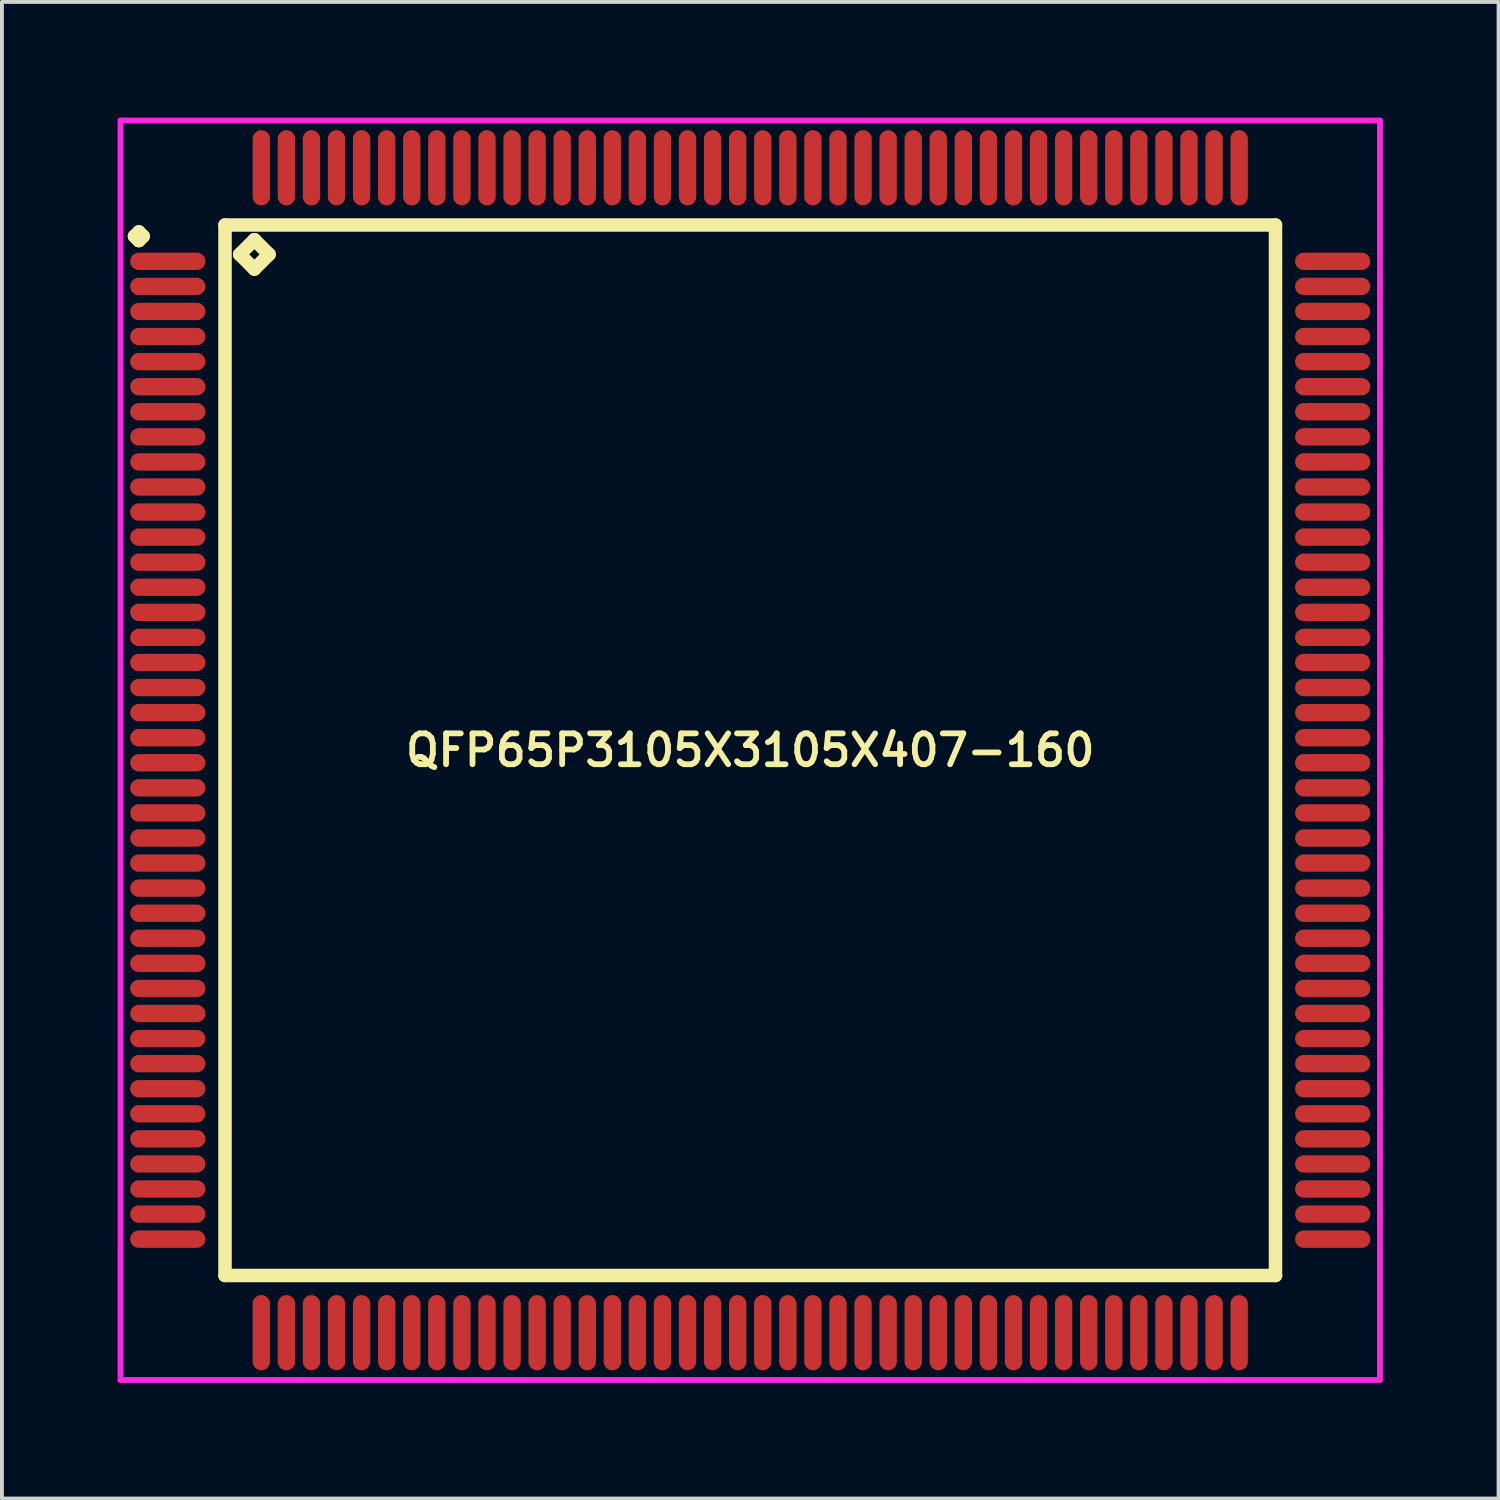
<source format=kicad_pcb>
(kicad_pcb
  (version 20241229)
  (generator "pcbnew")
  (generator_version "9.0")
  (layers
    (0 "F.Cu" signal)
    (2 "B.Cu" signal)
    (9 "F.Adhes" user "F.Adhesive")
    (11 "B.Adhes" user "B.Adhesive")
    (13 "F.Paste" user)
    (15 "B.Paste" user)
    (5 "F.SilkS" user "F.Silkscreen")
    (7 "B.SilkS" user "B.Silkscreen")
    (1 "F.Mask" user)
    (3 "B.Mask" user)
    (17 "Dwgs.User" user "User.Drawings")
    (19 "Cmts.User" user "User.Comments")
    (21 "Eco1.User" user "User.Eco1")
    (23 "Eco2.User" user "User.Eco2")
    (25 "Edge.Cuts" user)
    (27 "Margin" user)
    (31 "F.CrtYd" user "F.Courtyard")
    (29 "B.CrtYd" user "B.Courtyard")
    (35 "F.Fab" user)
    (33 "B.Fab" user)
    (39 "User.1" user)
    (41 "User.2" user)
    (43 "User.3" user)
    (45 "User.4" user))
  (footprint "QFP65P3105X3105X407-160"
    (layer "F.Cu")
    (at 16.4 16.4)
    (property "Reference" "QFP65P3105X3105X407-160" (at 0 0 0) (layer "F.SilkS") (effects (font (size 0.8 0.8) (thickness 0.15))))
    (attr smd)
    (fp_line (start -15.963 -13.325) (end -15.85 -13.438) (stroke (width 0.35) (type solid)) (layer "F.SilkS"))
    (fp_line (start -15.85 -13.438) (end -15.738 -13.325) (stroke (width 0.35) (type solid)) (layer "F.SilkS"))
    (fp_line (start -15.85 -13.213) (end -15.963 -13.325) (stroke (width 0.35) (type solid)) (layer "F.SilkS"))
    (fp_line (start -15.738 -13.325) (end -15.85 -13.213) (stroke (width 0.35) (type solid)) (layer "F.SilkS"))
    (fp_line (start -13.617 -13.617) (end -13.617 13.617) (stroke (width 0.35) (type solid)) (layer "F.SilkS"))
    (fp_line (start -13.617 13.617) (end 13.617 13.617) (stroke (width 0.35) (type solid)) (layer "F.SilkS"))
    (fp_line (start -13.236 -12.855) (end -12.855 -13.236) (stroke (width 0.35) (type solid)) (layer "F.SilkS"))
    (fp_line (start -12.855 -13.236) (end -12.474 -12.855) (stroke (width 0.35) (type solid)) (layer "F.SilkS"))
    (fp_line (start -12.855 -12.474) (end -13.236 -12.855) (stroke (width 0.35) (type solid)) (layer "F.SilkS"))
    (fp_line (start -12.474 -12.855) (end -12.855 -12.474) (stroke (width 0.35) (type solid)) (layer "F.SilkS"))
    (fp_line (start 13.617 -13.617) (end -13.617 -13.617) (stroke (width 0.35) (type solid)) (layer "F.SilkS"))
    (fp_line (start 13.617 13.617) (end 13.617 -13.617) (stroke (width 0.35) (type solid)) (layer "F.SilkS"))
    (fp_line (start -16.325 -16.325) (end 16.325 -16.325) (stroke (width 0.15) (type solid)) (layer "F.CrtYd"))
    (fp_line (start -16.325 16.325) (end -16.325 -16.325) (stroke (width 0.15) (type solid)) (layer "F.CrtYd"))
    (fp_line (start 16.325 -16.325) (end 16.325 16.325) (stroke (width 0.15) (type solid)) (layer "F.CrtYd"))
    (fp_line (start 16.325 16.325) (end -16.325 16.325) (stroke (width 0.15) (type solid)) (layer "F.CrtYd"))
    (pad "1" smd oval (at -15.1 -12.675) (size 1.95 0.45) (layers "F.Cu" "F.Mask" "F.Paste"))
    (pad "2" smd oval (at -15.1 -12.025) (size 1.95 0.45) (layers "F.Cu" "F.Mask" "F.Paste"))
    (pad "3" smd oval (at -15.1 -11.375) (size 1.95 0.45) (layers "F.Cu" "F.Mask" "F.Paste"))
    (pad "4" smd oval (at -15.1 -10.725) (size 1.95 0.45) (layers "F.Cu" "F.Mask" "F.Paste"))
    (pad "5" smd oval (at -15.1 -10.075) (size 1.95 0.45) (layers "F.Cu" "F.Mask" "F.Paste"))
    (pad "6" smd oval (at -15.1 -9.425) (size 1.95 0.45) (layers "F.Cu" "F.Mask" "F.Paste"))
    (pad "7" smd oval (at -15.1 -8.775) (size 1.95 0.45) (layers "F.Cu" "F.Mask" "F.Paste"))
    (pad "8" smd oval (at -15.1 -8.125) (size 1.95 0.45) (layers "F.Cu" "F.Mask" "F.Paste"))
    (pad "9" smd oval (at -15.1 -7.475) (size 1.95 0.45) (layers "F.Cu" "F.Mask" "F.Paste"))
    (pad "10" smd oval (at -15.1 -6.825) (size 1.95 0.45) (layers "F.Cu" "F.Mask" "F.Paste"))
    (pad "11" smd oval (at -15.1 -6.175) (size 1.95 0.45) (layers "F.Cu" "F.Mask" "F.Paste"))
    (pad "12" smd oval (at -15.1 -5.525) (size 1.95 0.45) (layers "F.Cu" "F.Mask" "F.Paste"))
    (pad "13" smd oval (at -15.1 -4.875) (size 1.95 0.45) (layers "F.Cu" "F.Mask" "F.Paste"))
    (pad "14" smd oval (at -15.1 -4.225) (size 1.95 0.45) (layers "F.Cu" "F.Mask" "F.Paste"))
    (pad "15" smd oval (at -15.1 -3.575) (size 1.95 0.45) (layers "F.Cu" "F.Mask" "F.Paste"))
    (pad "16" smd oval (at -15.1 -2.925) (size 1.95 0.45) (layers "F.Cu" "F.Mask" "F.Paste"))
    (pad "17" smd oval (at -15.1 -2.275) (size 1.95 0.45) (layers "F.Cu" "F.Mask" "F.Paste"))
    (pad "18" smd oval (at -15.1 -1.625) (size 1.95 0.45) (layers "F.Cu" "F.Mask" "F.Paste"))
    (pad "19" smd oval (at -15.1 -0.975) (size 1.95 0.45) (layers "F.Cu" "F.Mask" "F.Paste"))
    (pad "20" smd oval (at -15.1 -0.325) (size 1.95 0.45) (layers "F.Cu" "F.Mask" "F.Paste"))
    (pad "21" smd oval (at -15.1 0.325) (size 1.95 0.45) (layers "F.Cu" "F.Mask" "F.Paste"))
    (pad "22" smd oval (at -15.1 0.975) (size 1.95 0.45) (layers "F.Cu" "F.Mask" "F.Paste"))
    (pad "23" smd oval (at -15.1 1.625) (size 1.95 0.45) (layers "F.Cu" "F.Mask" "F.Paste"))
    (pad "24" smd oval (at -15.1 2.275) (size 1.95 0.45) (layers "F.Cu" "F.Mask" "F.Paste"))
    (pad "25" smd oval (at -15.1 2.925) (size 1.95 0.45) (layers "F.Cu" "F.Mask" "F.Paste"))
    (pad "26" smd oval (at -15.1 3.575) (size 1.95 0.45) (layers "F.Cu" "F.Mask" "F.Paste"))
    (pad "27" smd oval (at -15.1 4.225) (size 1.95 0.45) (layers "F.Cu" "F.Mask" "F.Paste"))
    (pad "28" smd oval (at -15.1 4.875) (size 1.95 0.45) (layers "F.Cu" "F.Mask" "F.Paste"))
    (pad "29" smd oval (at -15.1 5.525) (size 1.95 0.45) (layers "F.Cu" "F.Mask" "F.Paste"))
    (pad "30" smd oval (at -15.1 6.175) (size 1.95 0.45) (layers "F.Cu" "F.Mask" "F.Paste"))
    (pad "31" smd oval (at -15.1 6.825) (size 1.95 0.45) (layers "F.Cu" "F.Mask" "F.Paste"))
    (pad "32" smd oval (at -15.1 7.475) (size 1.95 0.45) (layers "F.Cu" "F.Mask" "F.Paste"))
    (pad "33" smd oval (at -15.1 8.125) (size 1.95 0.45) (layers "F.Cu" "F.Mask" "F.Paste"))
    (pad "34" smd oval (at -15.1 8.775) (size 1.95 0.45) (layers "F.Cu" "F.Mask" "F.Paste"))
    (pad "35" smd oval (at -15.1 9.425) (size 1.95 0.45) (layers "F.Cu" "F.Mask" "F.Paste"))
    (pad "36" smd oval (at -15.1 10.075) (size 1.95 0.45) (layers "F.Cu" "F.Mask" "F.Paste"))
    (pad "37" smd oval (at -15.1 10.725) (size 1.95 0.45) (layers "F.Cu" "F.Mask" "F.Paste"))
    (pad "38" smd oval (at -15.1 11.375) (size 1.95 0.45) (layers "F.Cu" "F.Mask" "F.Paste"))
    (pad "39" smd oval (at -15.1 12.025) (size 1.95 0.45) (layers "F.Cu" "F.Mask" "F.Paste"))
    (pad "40" smd oval (at -15.1 12.675) (size 1.95 0.45) (layers "F.Cu" "F.Mask" "F.Paste"))
    (pad "41" smd oval (at -12.675 15.1) (size 0.45 1.95) (layers "F.Cu" "F.Mask" "F.Paste"))
    (pad "42" smd oval (at -12.025 15.1) (size 0.45 1.95) (layers "F.Cu" "F.Mask" "F.Paste"))
    (pad "43" smd oval (at -11.375 15.1) (size 0.45 1.95) (layers "F.Cu" "F.Mask" "F.Paste"))
    (pad "44" smd oval (at -10.725 15.1) (size 0.45 1.95) (layers "F.Cu" "F.Mask" "F.Paste"))
    (pad "45" smd oval (at -10.075 15.1) (size 0.45 1.95) (layers "F.Cu" "F.Mask" "F.Paste"))
    (pad "46" smd oval (at -9.425 15.1) (size 0.45 1.95) (layers "F.Cu" "F.Mask" "F.Paste"))
    (pad "47" smd oval (at -8.775 15.1) (size 0.45 1.95) (layers "F.Cu" "F.Mask" "F.Paste"))
    (pad "48" smd oval (at -8.125 15.1) (size 0.45 1.95) (layers "F.Cu" "F.Mask" "F.Paste"))
    (pad "49" smd oval (at -7.475 15.1) (size 0.45 1.95) (layers "F.Cu" "F.Mask" "F.Paste"))
    (pad "50" smd oval (at -6.825 15.1) (size 0.45 1.95) (layers "F.Cu" "F.Mask" "F.Paste"))
    (pad "51" smd oval (at -6.175 15.1) (size 0.45 1.95) (layers "F.Cu" "F.Mask" "F.Paste"))
    (pad "52" smd oval (at -5.525 15.1) (size 0.45 1.95) (layers "F.Cu" "F.Mask" "F.Paste"))
    (pad "53" smd oval (at -4.875 15.1) (size 0.45 1.95) (layers "F.Cu" "F.Mask" "F.Paste"))
    (pad "54" smd oval (at -4.225 15.1) (size 0.45 1.95) (layers "F.Cu" "F.Mask" "F.Paste"))
    (pad "55" smd oval (at -3.575 15.1) (size 0.45 1.95) (layers "F.Cu" "F.Mask" "F.Paste"))
    (pad "56" smd oval (at -2.925 15.1) (size 0.45 1.95) (layers "F.Cu" "F.Mask" "F.Paste"))
    (pad "57" smd oval (at -2.275 15.1) (size 0.45 1.95) (layers "F.Cu" "F.Mask" "F.Paste"))
    (pad "58" smd oval (at -1.625 15.1) (size 0.45 1.95) (layers "F.Cu" "F.Mask" "F.Paste"))
    (pad "59" smd oval (at -0.975 15.1) (size 0.45 1.95) (layers "F.Cu" "F.Mask" "F.Paste"))
    (pad "60" smd oval (at -0.325 15.1) (size 0.45 1.95) (layers "F.Cu" "F.Mask" "F.Paste"))
    (pad "61" smd oval (at 0.325 15.1) (size 0.45 1.95) (layers "F.Cu" "F.Mask" "F.Paste"))
    (pad "62" smd oval (at 0.975 15.1) (size 0.45 1.95) (layers "F.Cu" "F.Mask" "F.Paste"))
    (pad "63" smd oval (at 1.625 15.1) (size 0.45 1.95) (layers "F.Cu" "F.Mask" "F.Paste"))
    (pad "64" smd oval (at 2.275 15.1) (size 0.45 1.95) (layers "F.Cu" "F.Mask" "F.Paste"))
    (pad "65" smd oval (at 2.925 15.1) (size 0.45 1.95) (layers "F.Cu" "F.Mask" "F.Paste"))
    (pad "66" smd oval (at 3.575 15.1) (size 0.45 1.95) (layers "F.Cu" "F.Mask" "F.Paste"))
    (pad "67" smd oval (at 4.225 15.1) (size 0.45 1.95) (layers "F.Cu" "F.Mask" "F.Paste"))
    (pad "68" smd oval (at 4.875 15.1) (size 0.45 1.95) (layers "F.Cu" "F.Mask" "F.Paste"))
    (pad "69" smd oval (at 5.525 15.1) (size 0.45 1.95) (layers "F.Cu" "F.Mask" "F.Paste"))
    (pad "70" smd oval (at 6.175 15.1) (size 0.45 1.95) (layers "F.Cu" "F.Mask" "F.Paste"))
    (pad "71" smd oval (at 6.825 15.1) (size 0.45 1.95) (layers "F.Cu" "F.Mask" "F.Paste"))
    (pad "72" smd oval (at 7.475 15.1) (size 0.45 1.95) (layers "F.Cu" "F.Mask" "F.Paste"))
    (pad "73" smd oval (at 8.125 15.1) (size 0.45 1.95) (layers "F.Cu" "F.Mask" "F.Paste"))
    (pad "74" smd oval (at 8.775 15.1) (size 0.45 1.95) (layers "F.Cu" "F.Mask" "F.Paste"))
    (pad "75" smd oval (at 9.425 15.1) (size 0.45 1.95) (layers "F.Cu" "F.Mask" "F.Paste"))
    (pad "76" smd oval (at 10.075 15.1) (size 0.45 1.95) (layers "F.Cu" "F.Mask" "F.Paste"))
    (pad "77" smd oval (at 10.725 15.1) (size 0.45 1.95) (layers "F.Cu" "F.Mask" "F.Paste"))
    (pad "78" smd oval (at 11.375 15.1) (size 0.45 1.95) (layers "F.Cu" "F.Mask" "F.Paste"))
    (pad "79" smd oval (at 12.025 15.1) (size 0.45 1.95) (layers "F.Cu" "F.Mask" "F.Paste"))
    (pad "80" smd oval (at 12.675 15.1) (size 0.45 1.95) (layers "F.Cu" "F.Mask" "F.Paste"))
    (pad "81" smd oval (at 15.1 12.675) (size 1.95 0.45) (layers "F.Cu" "F.Mask" "F.Paste"))
    (pad "82" smd oval (at 15.1 12.025) (size 1.95 0.45) (layers "F.Cu" "F.Mask" "F.Paste"))
    (pad "83" smd oval (at 15.1 11.375) (size 1.95 0.45) (layers "F.Cu" "F.Mask" "F.Paste"))
    (pad "84" smd oval (at 15.1 10.725) (size 1.95 0.45) (layers "F.Cu" "F.Mask" "F.Paste"))
    (pad "85" smd oval (at 15.1 10.075) (size 1.95 0.45) (layers "F.Cu" "F.Mask" "F.Paste"))
    (pad "86" smd oval (at 15.1 9.425) (size 1.95 0.45) (layers "F.Cu" "F.Mask" "F.Paste"))
    (pad "87" smd oval (at 15.1 8.775) (size 1.95 0.45) (layers "F.Cu" "F.Mask" "F.Paste"))
    (pad "88" smd oval (at 15.1 8.125) (size 1.95 0.45) (layers "F.Cu" "F.Mask" "F.Paste"))
    (pad "89" smd oval (at 15.1 7.475) (size 1.95 0.45) (layers "F.Cu" "F.Mask" "F.Paste"))
    (pad "90" smd oval (at 15.1 6.825) (size 1.95 0.45) (layers "F.Cu" "F.Mask" "F.Paste"))
    (pad "91" smd oval (at 15.1 6.175) (size 1.95 0.45) (layers "F.Cu" "F.Mask" "F.Paste"))
    (pad "92" smd oval (at 15.1 5.525) (size 1.95 0.45) (layers "F.Cu" "F.Mask" "F.Paste"))
    (pad "93" smd oval (at 15.1 4.875) (size 1.95 0.45) (layers "F.Cu" "F.Mask" "F.Paste"))
    (pad "94" smd oval (at 15.1 4.225) (size 1.95 0.45) (layers "F.Cu" "F.Mask" "F.Paste"))
    (pad "95" smd oval (at 15.1 3.575) (size 1.95 0.45) (layers "F.Cu" "F.Mask" "F.Paste"))
    (pad "96" smd oval (at 15.1 2.925) (size 1.95 0.45) (layers "F.Cu" "F.Mask" "F.Paste"))
    (pad "97" smd oval (at 15.1 2.275) (size 1.95 0.45) (layers "F.Cu" "F.Mask" "F.Paste"))
    (pad "98" smd oval (at 15.1 1.625) (size 1.95 0.45) (layers "F.Cu" "F.Mask" "F.Paste"))
    (pad "99" smd oval (at 15.1 0.975) (size 1.95 0.45) (layers "F.Cu" "F.Mask" "F.Paste"))
    (pad "100" smd oval (at 15.1 0.325) (size 1.95 0.45) (layers "F.Cu" "F.Mask" "F.Paste"))
    (pad "101" smd oval (at 15.1 -0.325) (size 1.95 0.45) (layers "F.Cu" "F.Mask" "F.Paste"))
    (pad "102" smd oval (at 15.1 -0.975) (size 1.95 0.45) (layers "F.Cu" "F.Mask" "F.Paste"))
    (pad "103" smd oval (at 15.1 -1.625) (size 1.95 0.45) (layers "F.Cu" "F.Mask" "F.Paste"))
    (pad "104" smd oval (at 15.1 -2.275) (size 1.95 0.45) (layers "F.Cu" "F.Mask" "F.Paste"))
    (pad "105" smd oval (at 15.1 -2.925) (size 1.95 0.45) (layers "F.Cu" "F.Mask" "F.Paste"))
    (pad "106" smd oval (at 15.1 -3.575) (size 1.95 0.45) (layers "F.Cu" "F.Mask" "F.Paste"))
    (pad "107" smd oval (at 15.1 -4.225) (size 1.95 0.45) (layers "F.Cu" "F.Mask" "F.Paste"))
    (pad "108" smd oval (at 15.1 -4.875) (size 1.95 0.45) (layers "F.Cu" "F.Mask" "F.Paste"))
    (pad "109" smd oval (at 15.1 -5.525) (size 1.95 0.45) (layers "F.Cu" "F.Mask" "F.Paste"))
    (pad "110" smd oval (at 15.1 -6.175) (size 1.95 0.45) (layers "F.Cu" "F.Mask" "F.Paste"))
    (pad "111" smd oval (at 15.1 -6.825) (size 1.95 0.45) (layers "F.Cu" "F.Mask" "F.Paste"))
    (pad "112" smd oval (at 15.1 -7.475) (size 1.95 0.45) (layers "F.Cu" "F.Mask" "F.Paste"))
    (pad "113" smd oval (at 15.1 -8.125) (size 1.95 0.45) (layers "F.Cu" "F.Mask" "F.Paste"))
    (pad "114" smd oval (at 15.1 -8.775) (size 1.95 0.45) (layers "F.Cu" "F.Mask" "F.Paste"))
    (pad "115" smd oval (at 15.1 -9.425) (size 1.95 0.45) (layers "F.Cu" "F.Mask" "F.Paste"))
    (pad "116" smd oval (at 15.1 -10.075) (size 1.95 0.45) (layers "F.Cu" "F.Mask" "F.Paste"))
    (pad "117" smd oval (at 15.1 -10.725) (size 1.95 0.45) (layers "F.Cu" "F.Mask" "F.Paste"))
    (pad "118" smd oval (at 15.1 -11.375) (size 1.95 0.45) (layers "F.Cu" "F.Mask" "F.Paste"))
    (pad "119" smd oval (at 15.1 -12.025) (size 1.95 0.45) (layers "F.Cu" "F.Mask" "F.Paste"))
    (pad "120" smd oval (at 15.1 -12.675) (size 1.95 0.45) (layers "F.Cu" "F.Mask" "F.Paste"))
    (pad "121" smd oval (at 12.675 -15.1) (size 0.45 1.95) (layers "F.Cu" "F.Mask" "F.Paste"))
    (pad "122" smd oval (at 12.025 -15.1) (size 0.45 1.95) (layers "F.Cu" "F.Mask" "F.Paste"))
    (pad "123" smd oval (at 11.375 -15.1) (size 0.45 1.95) (layers "F.Cu" "F.Mask" "F.Paste"))
    (pad "124" smd oval (at 10.725 -15.1) (size 0.45 1.95) (layers "F.Cu" "F.Mask" "F.Paste"))
    (pad "125" smd oval (at 10.075 -15.1) (size 0.45 1.95) (layers "F.Cu" "F.Mask" "F.Paste"))
    (pad "126" smd oval (at 9.425 -15.1) (size 0.45 1.95) (layers "F.Cu" "F.Mask" "F.Paste"))
    (pad "127" smd oval (at 8.775 -15.1) (size 0.45 1.95) (layers "F.Cu" "F.Mask" "F.Paste"))
    (pad "128" smd oval (at 8.125 -15.1) (size 0.45 1.95) (layers "F.Cu" "F.Mask" "F.Paste"))
    (pad "129" smd oval (at 7.475 -15.1) (size 0.45 1.95) (layers "F.Cu" "F.Mask" "F.Paste"))
    (pad "130" smd oval (at 6.825 -15.1) (size 0.45 1.95) (layers "F.Cu" "F.Mask" "F.Paste"))
    (pad "131" smd oval (at 6.175 -15.1) (size 0.45 1.95) (layers "F.Cu" "F.Mask" "F.Paste"))
    (pad "132" smd oval (at 5.525 -15.1) (size 0.45 1.95) (layers "F.Cu" "F.Mask" "F.Paste"))
    (pad "133" smd oval (at 4.875 -15.1) (size 0.45 1.95) (layers "F.Cu" "F.Mask" "F.Paste"))
    (pad "134" smd oval (at 4.225 -15.1) (size 0.45 1.95) (layers "F.Cu" "F.Mask" "F.Paste"))
    (pad "135" smd oval (at 3.575 -15.1) (size 0.45 1.95) (layers "F.Cu" "F.Mask" "F.Paste"))
    (pad "136" smd oval (at 2.925 -15.1) (size 0.45 1.95) (layers "F.Cu" "F.Mask" "F.Paste"))
    (pad "137" smd oval (at 2.275 -15.1) (size 0.45 1.95) (layers "F.Cu" "F.Mask" "F.Paste"))
    (pad "138" smd oval (at 1.625 -15.1) (size 0.45 1.95) (layers "F.Cu" "F.Mask" "F.Paste"))
    (pad "139" smd oval (at 0.975 -15.1) (size 0.45 1.95) (layers "F.Cu" "F.Mask" "F.Paste"))
    (pad "140" smd oval (at 0.325 -15.1) (size 0.45 1.95) (layers "F.Cu" "F.Mask" "F.Paste"))
    (pad "141" smd oval (at -0.325 -15.1) (size 0.45 1.95) (layers "F.Cu" "F.Mask" "F.Paste"))
    (pad "142" smd oval (at -0.975 -15.1) (size 0.45 1.95) (layers "F.Cu" "F.Mask" "F.Paste"))
    (pad "143" smd oval (at -1.625 -15.1) (size 0.45 1.95) (layers "F.Cu" "F.Mask" "F.Paste"))
    (pad "144" smd oval (at -2.275 -15.1) (size 0.45 1.95) (layers "F.Cu" "F.Mask" "F.Paste"))
    (pad "145" smd oval (at -2.925 -15.1) (size 0.45 1.95) (layers "F.Cu" "F.Mask" "F.Paste"))
    (pad "146" smd oval (at -3.575 -15.1) (size 0.45 1.95) (layers "F.Cu" "F.Mask" "F.Paste"))
    (pad "147" smd oval (at -4.225 -15.1) (size 0.45 1.95) (layers "F.Cu" "F.Mask" "F.Paste"))
    (pad "148" smd oval (at -4.875 -15.1) (size 0.45 1.95) (layers "F.Cu" "F.Mask" "F.Paste"))
    (pad "149" smd oval (at -5.525 -15.1) (size 0.45 1.95) (layers "F.Cu" "F.Mask" "F.Paste"))
    (pad "150" smd oval (at -6.175 -15.1) (size 0.45 1.95) (layers "F.Cu" "F.Mask" "F.Paste"))
    (pad "151" smd oval (at -6.825 -15.1) (size 0.45 1.95) (layers "F.Cu" "F.Mask" "F.Paste"))
    (pad "152" smd oval (at -7.475 -15.1) (size 0.45 1.95) (layers "F.Cu" "F.Mask" "F.Paste"))
    (pad "153" smd oval (at -8.125 -15.1) (size 0.45 1.95) (layers "F.Cu" "F.Mask" "F.Paste"))
    (pad "154" smd oval (at -8.775 -15.1) (size 0.45 1.95) (layers "F.Cu" "F.Mask" "F.Paste"))
    (pad "155" smd oval (at -9.425 -15.1) (size 0.45 1.95) (layers "F.Cu" "F.Mask" "F.Paste"))
    (pad "156" smd oval (at -10.075 -15.1) (size 0.45 1.95) (layers "F.Cu" "F.Mask" "F.Paste"))
    (pad "157" smd oval (at -10.725 -15.1) (size 0.45 1.95) (layers "F.Cu" "F.Mask" "F.Paste"))
    (pad "158" smd oval (at -11.375 -15.1) (size 0.45 1.95) (layers "F.Cu" "F.Mask" "F.Paste"))
    (pad "159" smd oval (at -12.025 -15.1) (size 0.45 1.95) (layers "F.Cu" "F.Mask" "F.Paste"))
    (pad "160" smd oval (at -12.675 -15.1) (size 0.45 1.95) (layers "F.Cu" "F.Mask" "F.Paste")))
  (gr_rect
    (start -3 -3)
    (end 35.8 35.8)
    (stroke (width 0.1) (type default))
    (fill no)
    (layer "Edge.Cuts")))
</source>
